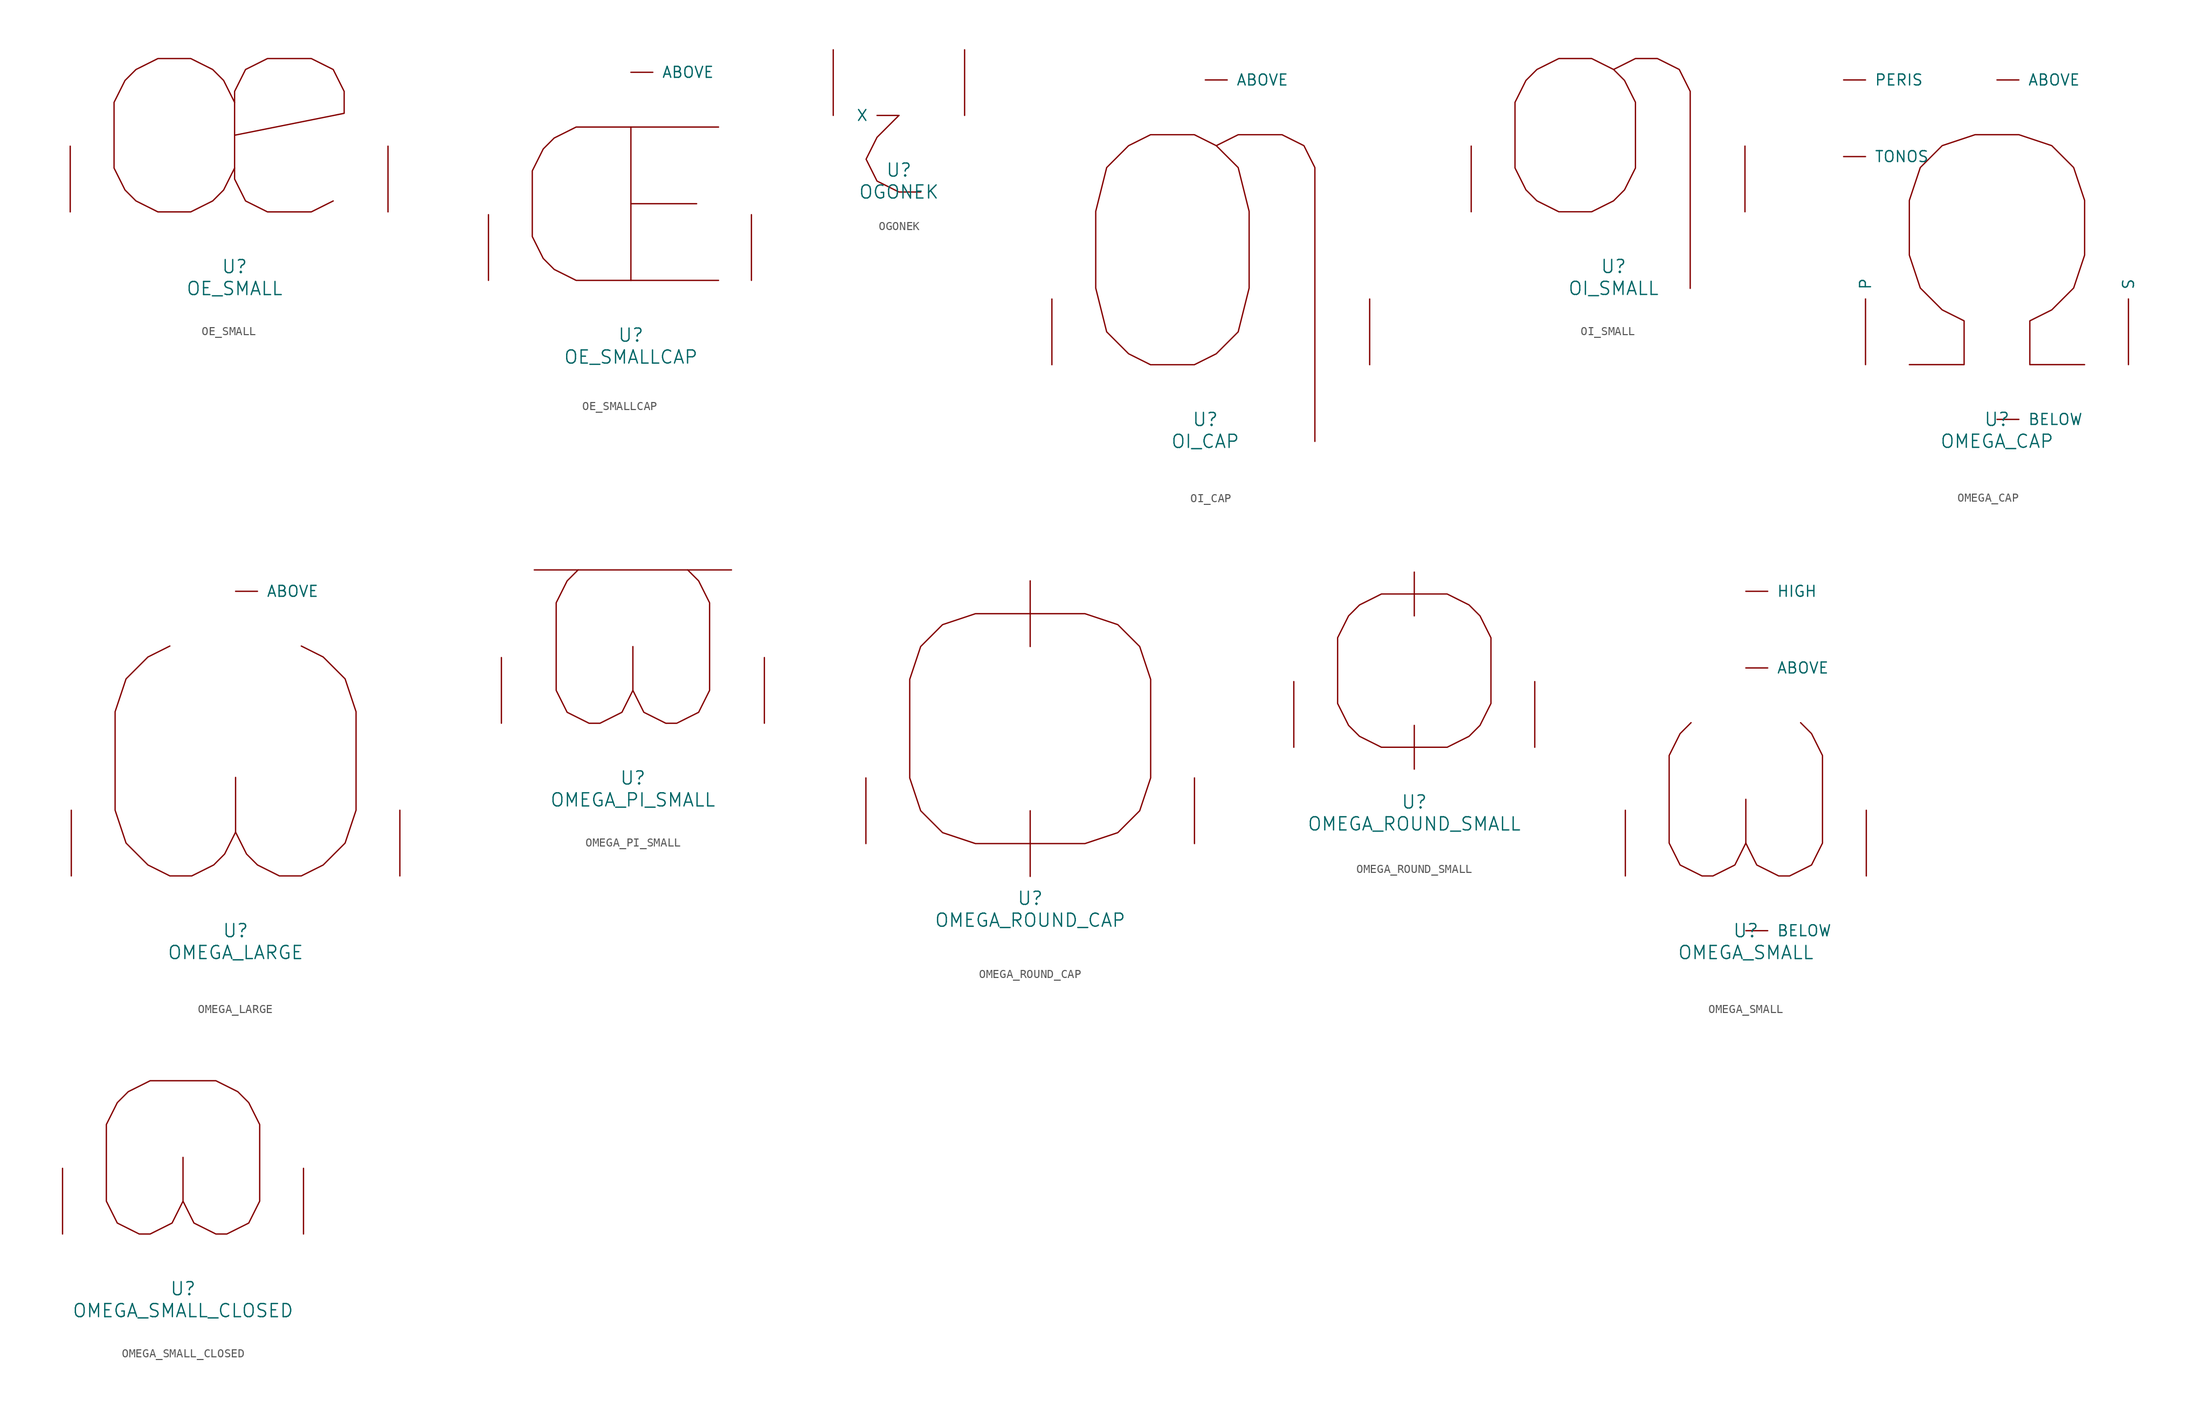
<source format=kicad_sym>
(kicad_symbol_lib
  (version 20220914)
  (generator font_lib2sym)
  (symbol "OE_SMALL"
    (pin_names
      (offset 1.016))
    (property "Reference" "U"
      (at 0 -6.35 0)
      (effects (font (size 1.524 1.524))))
    (property "Value" "OE_SMALL"
      (at 0 -8.89 0)
      (effects (font (size 1.524 1.524))))
    (symbol "OE_SMALL_0_1"
      (polyline (pts (xy 11.43 1.27) (xy 8.89 0) (xy 3.81 0) (xy 1.27 1.27) (xy 0 3.81) (xy 0 13.97) (xy 1.27 16.51) (xy 3.81 17.78) (xy 8.89 17.78) (xy 11.43 16.51) (xy 12.7 13.97) (xy 12.7 11.43) (xy 0 8.89)) (stroke (width 0) (type solid)) (fill (type none)))
      (polyline (pts (xy 0 12.7) (xy -1.27 15.24) (xy -2.54 16.51) (xy -5.08 17.78) (xy -8.89 17.78) (xy -11.43 16.51) (xy -12.7 15.24) (xy -13.97 12.7) (xy -13.97 5.08) (xy -12.7 2.54) (xy -11.43 1.27) (xy -8.89 0) (xy -5.08 0) (xy -2.54 1.27) (xy -1.27 2.54) (xy 0 5.08)) (stroke (width 0) (type solid)) (fill (type none)))
      (pin input line (at -19.05 0 90) (length 7.62) (name "~" (effects (font (size 1.27 1.27)))) (number "~" (effects (font (size 1.27 1.27)))))
      (pin input line (at 17.78 0 90) (length 7.62) (name "~" (effects (font (size 1.27 1.27)))) (number "~" (effects (font (size 1.27 1.27)))))))
  (symbol "OE_SMALLCAP"
    (pin_names
      (offset 1.016))
    (property "Reference" "U"
      (at 0 -6.35 0)
      (effects (font (size 1.524 1.524))))
    (property "Value" "OE_SMALLCAP"
      (at 0 -8.89 0)
      (effects (font (size 1.524 1.524))))
    (symbol "OE_SMALLCAP_0_1"
      (polyline (pts (xy 0 8.89) (xy 7.62 8.89)) (stroke (width 0) (type solid)) (fill (type none)))
      (polyline (pts (xy 0 17.78) (xy 0 0)) (stroke (width 0) (type solid)) (fill (type none)))
      (polyline (pts (xy 10.16 17.78) (xy -6.35 17.78) (xy -8.89 16.51) (xy -10.16 15.24) (xy -11.43 12.7) (xy -11.43 5.08) (xy -10.16 2.54) (xy -8.89 1.27) (xy -6.35 0) (xy 10.16 0)) (stroke (width 0) (type solid)) (fill (type none)))
      (pin input line (at 0 24.13 0) (length 2.54) (name "ABOVE" (effects (font (size 1.27 1.27)))) (number "~" (effects (font (size 1.27 1.27)))))
      (pin input line (at -16.51 0 90) (length 7.62) (name "~" (effects (font (size 1.27 1.27)))) (number "~" (effects (font (size 1.27 1.27)))))
      (pin input line (at 13.97 0 90) (length 7.62) (name "~" (effects (font (size 1.27 1.27)))) (number "~" (effects (font (size 1.27 1.27)))))))
  (symbol "OGONEK"
    (pin_names
      (offset 1.016))
    (property "Reference" "U"
      (at 0 -6.35 0)
      (effects (font (size 1.524 1.524))))
    (property "Value" "OGONEK"
      (at 0 -8.89 0)
      (effects (font (size 1.524 1.524))))
    (symbol "OGONEK_0_1"
      (polyline (pts (xy 0 0) (xy -2.54 -2.54) (xy -3.81 -5.08) (xy -2.54 -7.62) (xy 0 -8.89) (xy 2.54 -8.89)) (stroke (width 0) (type solid)) (fill (type none)))
      (pin input line (at 0 0 180) (length 2.54) (name "X" (effects (font (size 1.27 1.27)))) (number "~" (effects (font (size 1.27 1.27)))))
      (pin input line (at -7.62 0 90) (length 7.62) (name "~" (effects (font (size 1.27 1.27)))) (number "~" (effects (font (size 1.27 1.27)))))
      (pin input line (at 7.62 0 90) (length 7.62) (name "~" (effects (font (size 1.27 1.27)))) (number "~" (effects (font (size 1.27 1.27)))))))
  (symbol "OI_CAP"
    (pin_names
      (offset 1.016))
    (property "Reference" "U"
      (at 0 -6.35 0)
      (effects (font (size 1.524 1.524))))
    (property "Value" "OI_CAP"
      (at 0 -8.89 0)
      (effects (font (size 1.524 1.524))))
    (symbol "OI_CAP_0_1"
      (polyline (pts (xy 1.27 25.4) (xy -1.27 26.67) (xy -6.35 26.67) (xy -8.89 25.4) (xy -11.43 22.86) (xy -12.7 17.78) (xy -12.7 8.89) (xy -11.43 3.81) (xy -8.89 1.27) (xy -6.35 0) (xy -1.27 0) (xy 1.27 1.27) (xy 3.81 3.81) (xy 5.08 8.89) (xy 5.08 17.78) (xy 3.81 22.86) (xy 1.27 25.4) (xy 3.81 26.67) (xy 8.89 26.67) (xy 11.43 25.4) (xy 12.7 22.86) (xy 12.7 -8.89)) (stroke (width 0) (type solid)) (fill (type none)))
      (pin input line (at 0 33.02 0) (length 2.54) (name "ABOVE" (effects (font (size 1.27 1.27)))) (number "~" (effects (font (size 1.27 1.27)))))
      (pin input line (at -17.78 0 90) (length 7.62) (name "~" (effects (font (size 1.27 1.27)))) (number "~" (effects (font (size 1.27 1.27)))))
      (pin input line (at 19.05 0 90) (length 7.62) (name "~" (effects (font (size 1.27 1.27)))) (number "~" (effects (font (size 1.27 1.27)))))))
  (symbol "OI_SMALL"
    (pin_names
      (offset 1.016))
    (property "Reference" "U"
      (at 0 -6.35 0)
      (effects (font (size 1.524 1.524))))
    (property "Value" "OI_SMALL"
      (at 0 -8.89 0)
      (effects (font (size 1.524 1.524))))
    (symbol "OI_SMALL_0_1"
      (polyline (pts (xy 0 16.51) (xy -2.54 17.78) (xy -6.35 17.78) (xy -8.89 16.51) (xy -10.16 15.24) (xy -11.43 12.7) (xy -11.43 5.08) (xy -10.16 2.54) (xy -8.89 1.27) (xy -6.35 0) (xy -2.54 0) (xy 0 1.27) (xy 1.27 2.54) (xy 2.54 5.08) (xy 2.54 12.7) (xy 1.27 15.24) (xy 0 16.51) (xy 2.54 17.78) (xy 5.08 17.78) (xy 7.62 16.51) (xy 8.89 13.97) (xy 8.89 -8.89)) (stroke (width 0) (type solid)) (fill (type none)))
      (pin input line (at -16.51 0 90) (length 7.62) (name "~" (effects (font (size 1.27 1.27)))) (number "~" (effects (font (size 1.27 1.27)))))
      (pin input line (at 15.24 0 90) (length 7.62) (name "~" (effects (font (size 1.27 1.27)))) (number "~" (effects (font (size 1.27 1.27)))))))
  (symbol "OMEGA_CAP"
    (pin_names
      (offset 1.016))
    (property "Reference" "U"
      (at 0 -6.35 0)
      (effects (font (size 1.524 1.524))))
    (property "Value" "OMEGA_CAP"
      (at 0 -8.89 0)
      (effects (font (size 1.524 1.524))))
    (symbol "OMEGA_CAP_0_1"
      (polyline (pts (xy -10.16 0) (xy -3.81 0) (xy -3.81 5.08) (xy -6.35 6.35) (xy -8.89 8.89) (xy -10.16 12.7) (xy -10.16 19.05) (xy -8.89 22.86) (xy -6.35 25.4) (xy -2.54 26.67) (xy 2.54 26.67) (xy 6.35 25.4) (xy 8.89 22.86) (xy 10.16 19.05) (xy 10.16 12.7) (xy 8.89 8.89) (xy 6.35 6.35) (xy 3.81 5.08) (xy 3.81 0) (xy 10.16 0)) (stroke (width 0) (type solid)) (fill (type none)))
      (pin input line (at 0 33.02 0) (length 2.54) (name "ABOVE" (effects (font (size 1.27 1.27)))) (number "~" (effects (font (size 1.27 1.27)))))
      (pin input line (at 0 -6.35 0) (length 2.54) (name "BELOW" (effects (font (size 1.27 1.27)))) (number "~" (effects (font (size 1.27 1.27)))))
      (pin input line (at -15.24 0 90) (length 7.62) (name "P" (effects (font (size 1.27 1.27)))) (number "~" (effects (font (size 1.27 1.27)))))
      (pin input line (at -17.78 33.02 0) (length 2.54) (name "PERIS" (effects (font (size 1.27 1.27)))) (number "~" (effects (font (size 1.27 1.27)))))
      (pin input line (at 15.24 0 90) (length 7.62) (name "S" (effects (font (size 1.27 1.27)))) (number "~" (effects (font (size 1.27 1.27)))))
      (pin input line (at -17.78 24.13 0) (length 2.54) (name "TONOS" (effects (font (size 1.27 1.27)))) (number "~" (effects (font (size 1.27 1.27)))))))
  (symbol "OMEGA_LARGE"
    (pin_names
      (offset 1.016))
    (property "Reference" "U"
      (at 0 -6.35 0)
      (effects (font (size 1.524 1.524))))
    (property "Value" "OMEGA_LARGE"
      (at 0 -8.89 0)
      (effects (font (size 1.524 1.524))))
    (symbol "OMEGA_LARGE_0_1"
      (polyline (pts (xy 0 5.08) (xy 0 11.43)) (stroke (width 0) (type solid)) (fill (type none)))
      (polyline (pts (xy -7.62 26.67) (xy -10.16 25.4) (xy -12.7 22.86) (xy -13.97 19.05) (xy -13.97 7.62) (xy -12.7 3.81) (xy -10.16 1.27) (xy -7.62 0) (xy -5.08 0) (xy -2.54 1.27) (xy -1.27 2.54) (xy 0 5.08) (xy 1.27 2.54) (xy 2.54 1.27) (xy 5.08 0) (xy 7.62 0) (xy 10.16 1.27) (xy 12.7 3.81) (xy 13.97 7.62) (xy 13.97 19.05) (xy 12.7 22.86) (xy 10.16 25.4) (xy 7.62 26.67)) (stroke (width 0) (type solid)) (fill (type none)))
      (pin input line (at 0 33.02 0) (length 2.54) (name "ABOVE" (effects (font (size 1.27 1.27)))) (number "~" (effects (font (size 1.27 1.27)))))
      (pin input line (at -19.05 0 90) (length 7.62) (name "~" (effects (font (size 1.27 1.27)))) (number "~" (effects (font (size 1.27 1.27)))))
      (pin input line (at 19.05 0 90) (length 7.62) (name "~" (effects (font (size 1.27 1.27)))) (number "~" (effects (font (size 1.27 1.27)))))))
  (symbol "OMEGA_PI_SMALL"
    (pin_names
      (offset 1.016))
    (property "Reference" "U"
      (at 0 -6.35 0)
      (effects (font (size 1.524 1.524))))
    (property "Value" "OMEGA_PI_SMALL"
      (at 0 -8.89 0)
      (effects (font (size 1.524 1.524))))
    (symbol "OMEGA_PI_SMALL_0_1"
      (polyline (pts (xy 0 8.89) (xy 0 3.81)) (stroke (width 0) (type solid)) (fill (type none)))
      (polyline (pts (xy 11.43 17.78) (xy -11.43 17.78)) (stroke (width 0) (type solid)) (fill (type none)))
      (polyline (pts (xy -6.35 17.78) (xy -7.62 16.51) (xy -8.89 13.97) (xy -8.89 3.81) (xy -7.62 1.27) (xy -5.08 0) (xy -3.81 0) (xy -1.27 1.27) (xy 0 3.81) (xy 1.27 1.27) (xy 3.81 0) (xy 5.08 0) (xy 7.62 1.27) (xy 8.89 3.81) (xy 8.89 13.97) (xy 7.62 16.51) (xy 6.35 17.78)) (stroke (width 0) (type solid)) (fill (type none)))
      (pin input line (at -15.24 0 90) (length 7.62) (name "~" (effects (font (size 1.27 1.27)))) (number "~" (effects (font (size 1.27 1.27)))))
      (pin input line (at 15.24 0 90) (length 7.62) (name "~" (effects (font (size 1.27 1.27)))) (number "~" (effects (font (size 1.27 1.27)))))))
  (symbol "OMEGA_ROUND_CAP"
    (pin_names
      (offset 1.016))
    (property "Reference" "U"
      (at 0 -6.35 0)
      (effects (font (size 1.524 1.524))))
    (property "Value" "OMEGA_ROUND_CAP"
      (at 0 -8.89 0)
      (effects (font (size 1.524 1.524))))
    (symbol "OMEGA_ROUND_CAP_0_1"
      (polyline (pts (xy 0 3.81) (xy 0 -3.81)) (stroke (width 0) (type solid)) (fill (type none)))
      (polyline (pts (xy 0 30.48) (xy 0 22.86)) (stroke (width 0) (type solid)) (fill (type none)))
      (polyline (pts (xy -6.35 26.67) (xy -10.16 25.4) (xy -12.7 22.86) (xy -13.97 19.05) (xy -13.97 7.62) (xy -12.7 3.81) (xy -10.16 1.27) (xy -6.35 0) (xy 6.35 0) (xy 10.16 1.27) (xy 12.7 3.81) (xy 13.97 7.62) (xy 13.97 19.05) (xy 12.7 22.86) (xy 10.16 25.4) (xy 6.35 26.67) (xy -6.35 26.67)) (stroke (width 0) (type solid)) (fill (type none)))
      (pin input line (at -19.05 0 90) (length 7.62) (name "~" (effects (font (size 1.27 1.27)))) (number "~" (effects (font (size 1.27 1.27)))))
      (pin input line (at 19.05 0 90) (length 7.62) (name "~" (effects (font (size 1.27 1.27)))) (number "~" (effects (font (size 1.27 1.27)))))))
  (symbol "OMEGA_ROUND_SMALL"
    (pin_names
      (offset 1.016))
    (property "Reference" "U"
      (at 0 -6.35 0)
      (effects (font (size 1.524 1.524))))
    (property "Value" "OMEGA_ROUND_SMALL"
      (at 0 -8.89 0)
      (effects (font (size 1.524 1.524))))
    (symbol "OMEGA_ROUND_SMALL_0_1"
      (polyline (pts (xy 0 2.54) (xy 0 -2.54)) (stroke (width 0) (type solid)) (fill (type none)))
      (polyline (pts (xy 0 20.32) (xy 0 15.24)) (stroke (width 0) (type solid)) (fill (type none)))
      (polyline (pts (xy -3.81 17.78) (xy -6.35 16.51) (xy -7.62 15.24) (xy -8.89 12.7) (xy -8.89 5.08) (xy -7.62 2.54) (xy -6.35 1.27) (xy -3.81 0) (xy 3.81 0) (xy 6.35 1.27) (xy 7.62 2.54) (xy 8.89 5.08) (xy 8.89 12.7) (xy 7.62 15.24) (xy 6.35 16.51) (xy 3.81 17.78) (xy -3.81 17.78)) (stroke (width 0) (type solid)) (fill (type none)))
      (pin input line (at -13.97 0 90) (length 7.62) (name "~" (effects (font (size 1.27 1.27)))) (number "~" (effects (font (size 1.27 1.27)))))
      (pin input line (at 13.97 0 90) (length 7.62) (name "~" (effects (font (size 1.27 1.27)))) (number "~" (effects (font (size 1.27 1.27)))))))
  (symbol "OMEGA_SMALL"
    (pin_names
      (offset 1.016))
    (property "Reference" "U"
      (at 0 -6.35 0)
      (effects (font (size 1.524 1.524))))
    (property "Value" "OMEGA_SMALL"
      (at 0 -8.89 0)
      (effects (font (size 1.524 1.524))))
    (symbol "OMEGA_SMALL_0_1"
      (polyline (pts (xy 0 8.89) (xy 0 3.81)) (stroke (width 0) (type solid)) (fill (type none)))
      (polyline (pts (xy -6.35 17.78) (xy -7.62 16.51) (xy -8.89 13.97) (xy -8.89 3.81) (xy -7.62 1.27) (xy -5.08 0) (xy -3.81 0) (xy -1.27 1.27) (xy 0 3.81) (xy 1.27 1.27) (xy 3.81 0) (xy 5.08 0) (xy 7.62 1.27) (xy 8.89 3.81) (xy 8.89 13.97) (xy 7.62 16.51) (xy 6.35 17.78)) (stroke (width 0) (type solid)) (fill (type none)))
      (pin input line (at 0 24.13 0) (length 2.54) (name "ABOVE" (effects (font (size 1.27 1.27)))) (number "~" (effects (font (size 1.27 1.27)))))
      (pin input line (at 0 -6.35 0) (length 2.54) (name "BELOW" (effects (font (size 1.27 1.27)))) (number "~" (effects (font (size 1.27 1.27)))))
      (pin input line (at 0 33.02 0) (length 2.54) (name "HIGH" (effects (font (size 1.27 1.27)))) (number "~" (effects (font (size 1.27 1.27)))))
      (pin input line (at -13.97 0 90) (length 7.62) (name "~" (effects (font (size 1.27 1.27)))) (number "~" (effects (font (size 1.27 1.27)))))
      (pin input line (at 13.97 0 90) (length 7.62) (name "~" (effects (font (size 1.27 1.27)))) (number "~" (effects (font (size 1.27 1.27)))))))
  (symbol "OMEGA_SMALL_CLOSED"
    (pin_names
      (offset 1.016))
    (property "Reference" "U"
      (at 0 -6.35 0)
      (effects (font (size 1.524 1.524))))
    (property "Value" "OMEGA_SMALL_CLOSED"
      (at 0 -8.89 0)
      (effects (font (size 1.524 1.524))))
    (symbol "OMEGA_SMALL_CLOSED_0_1"
      (polyline (pts (xy 0 8.89) (xy 0 3.81) (xy 1.27 1.27) (xy 3.81 0) (xy 5.08 0) (xy 7.62 1.27) (xy 8.89 3.81) (xy 8.89 12.7) (xy 7.62 15.24) (xy 6.35 16.51) (xy 3.81 17.78) (xy -3.81 17.78) (xy -6.35 16.51) (xy -7.62 15.24) (xy -8.89 12.7) (xy -8.89 3.81) (xy -7.62 1.27) (xy -5.08 0) (xy -3.81 0) (xy -1.27 1.27) (xy 0 3.81)) (stroke (width 0) (type solid)) (fill (type none)))
      (pin input line (at -13.97 0 90) (length 7.62) (name "~" (effects (font (size 1.27 1.27)))) (number "~" (effects (font (size 1.27 1.27)))))
      (pin input line (at 13.97 0 90) (length 7.62) (name "~" (effects (font (size 1.27 1.27)))) (number "~" (effects (font (size 1.27 1.27))))))))
</source>
